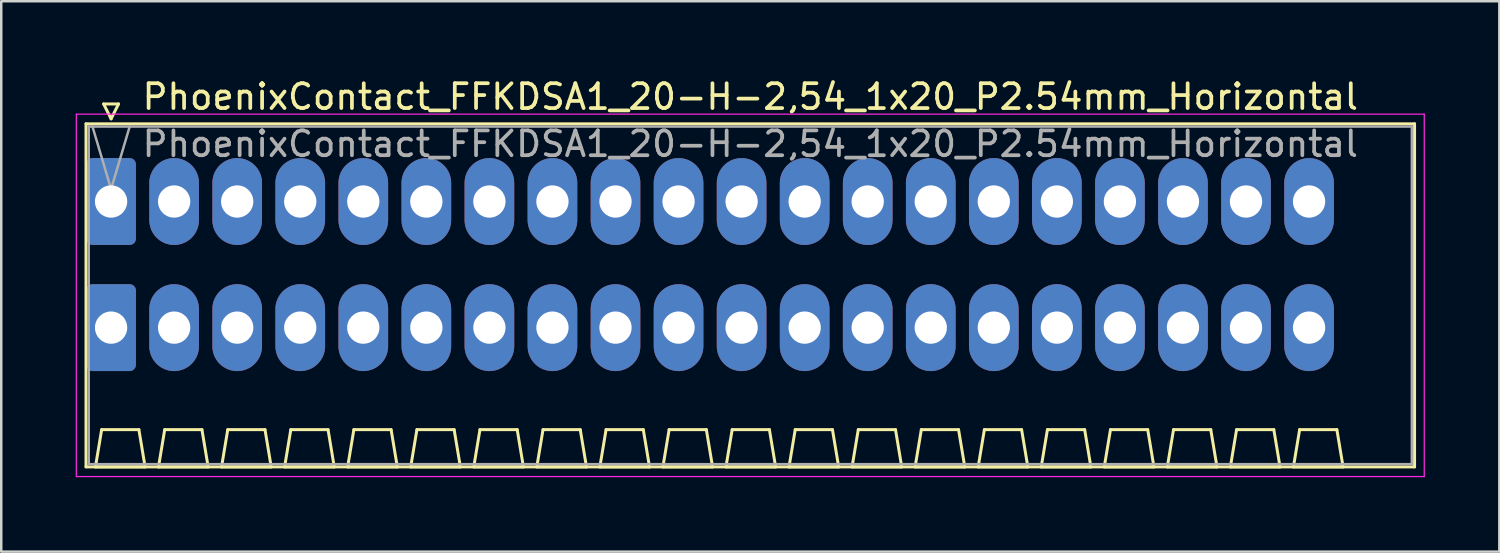
<source format=kicad_pcb>
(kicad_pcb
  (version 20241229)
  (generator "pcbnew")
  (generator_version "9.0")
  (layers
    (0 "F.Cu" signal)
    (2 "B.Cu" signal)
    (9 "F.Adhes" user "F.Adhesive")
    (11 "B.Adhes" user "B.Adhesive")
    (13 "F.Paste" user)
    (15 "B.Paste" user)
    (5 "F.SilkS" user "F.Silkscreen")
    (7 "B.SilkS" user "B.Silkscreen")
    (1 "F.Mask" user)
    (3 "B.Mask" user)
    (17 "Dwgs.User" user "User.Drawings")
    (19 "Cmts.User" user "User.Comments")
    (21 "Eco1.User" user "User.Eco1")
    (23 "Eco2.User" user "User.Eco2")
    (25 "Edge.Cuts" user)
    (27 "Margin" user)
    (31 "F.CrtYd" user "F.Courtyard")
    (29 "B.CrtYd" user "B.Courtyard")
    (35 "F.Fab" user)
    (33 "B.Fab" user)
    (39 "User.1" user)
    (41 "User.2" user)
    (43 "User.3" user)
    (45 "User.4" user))
  (footprint "PhoenixContact_FFKDSA1_20-H-2,54_1x20_P2.54mm_Horizontal"
    (layer "F.Cu")
    (at 1.425 5.068)
    (property "Reference" "PhoenixContact_FFKDSA1_20-H-2,54_1x20_P2.54mm_Horizontal" (at 25.75 -4.22 0) (layer "F.SilkS") (effects (font (size 1 1) (thickness 0.15))))
    (attr through_hole)
    (fp_line (start -1.01 -3.13) (end -1.01 10.69) (stroke (width 0.12) (type solid)) (layer "F.SilkS"))
    (fp_line (start -1.01 10.69) (end 52.51 10.69) (stroke (width 0.12) (type solid)) (layer "F.SilkS"))
    (fp_line (start -0.63 10.69) (end 1.37 10.69) (stroke (width 0.12) (type solid)) (layer "F.SilkS"))
    (fp_line (start -0.38 9.19) (end -0.63 10.69) (stroke (width 0.12) (type solid)) (layer "F.SilkS"))
    (fp_line (start -0.3 -3.93) (end 0.3 -3.93) (stroke (width 0.12) (type solid)) (layer "F.SilkS"))
    (fp_line (start 0 -3.33) (end -0.3 -3.93) (stroke (width 0.12) (type solid)) (layer "F.SilkS"))
    (fp_line (start 0.3 -3.93) (end 0 -3.33) (stroke (width 0.12) (type solid)) (layer "F.SilkS"))
    (fp_line (start 1.12 9.19) (end -0.38 9.19) (stroke (width 0.12) (type solid)) (layer "F.SilkS"))
    (fp_line (start 1.37 10.69) (end 1.12 9.19) (stroke (width 0.12) (type solid)) (layer "F.SilkS"))
    (fp_line (start 1.91 10.69) (end 3.91 10.69) (stroke (width 0.12) (type solid)) (layer "F.SilkS"))
    (fp_line (start 2.16 9.19) (end 1.91 10.69) (stroke (width 0.12) (type solid)) (layer "F.SilkS"))
    (fp_line (start 3.66 9.19) (end 2.16 9.19) (stroke (width 0.12) (type solid)) (layer "F.SilkS"))
    (fp_line (start 3.91 10.69) (end 3.66 9.19) (stroke (width 0.12) (type solid)) (layer "F.SilkS"))
    (fp_line (start 4.45 10.69) (end 6.45 10.69) (stroke (width 0.12) (type solid)) (layer "F.SilkS"))
    (fp_line (start 4.7 9.19) (end 4.45 10.69) (stroke (width 0.12) (type solid)) (layer "F.SilkS"))
    (fp_line (start 6.2 9.19) (end 4.7 9.19) (stroke (width 0.12) (type solid)) (layer "F.SilkS"))
    (fp_line (start 6.45 10.69) (end 6.2 9.19) (stroke (width 0.12) (type solid)) (layer "F.SilkS"))
    (fp_line (start 6.99 10.69) (end 8.99 10.69) (stroke (width 0.12) (type solid)) (layer "F.SilkS"))
    (fp_line (start 7.24 9.19) (end 6.99 10.69) (stroke (width 0.12) (type solid)) (layer "F.SilkS"))
    (fp_line (start 8.74 9.19) (end 7.24 9.19) (stroke (width 0.12) (type solid)) (layer "F.SilkS"))
    (fp_line (start 8.99 10.69) (end 8.74 9.19) (stroke (width 0.12) (type solid)) (layer "F.SilkS"))
    (fp_line (start 9.53 10.69) (end 11.53 10.69) (stroke (width 0.12) (type solid)) (layer "F.SilkS"))
    (fp_line (start 9.78 9.19) (end 9.53 10.69) (stroke (width 0.12) (type solid)) (layer "F.SilkS"))
    (fp_line (start 11.28 9.19) (end 9.78 9.19) (stroke (width 0.12) (type solid)) (layer "F.SilkS"))
    (fp_line (start 11.53 10.69) (end 11.28 9.19) (stroke (width 0.12) (type solid)) (layer "F.SilkS"))
    (fp_line (start 12.07 10.69) (end 14.07 10.69) (stroke (width 0.12) (type solid)) (layer "F.SilkS"))
    (fp_line (start 12.32 9.19) (end 12.07 10.69) (stroke (width 0.12) (type solid)) (layer "F.SilkS"))
    (fp_line (start 13.82 9.19) (end 12.32 9.19) (stroke (width 0.12) (type solid)) (layer "F.SilkS"))
    (fp_line (start 14.07 10.69) (end 13.82 9.19) (stroke (width 0.12) (type solid)) (layer "F.SilkS"))
    (fp_line (start 14.61 10.69) (end 16.61 10.69) (stroke (width 0.12) (type solid)) (layer "F.SilkS"))
    (fp_line (start 14.86 9.19) (end 14.61 10.69) (stroke (width 0.12) (type solid)) (layer "F.SilkS"))
    (fp_line (start 16.36 9.19) (end 14.86 9.19) (stroke (width 0.12) (type solid)) (layer "F.SilkS"))
    (fp_line (start 16.61 10.69) (end 16.36 9.19) (stroke (width 0.12) (type solid)) (layer "F.SilkS"))
    (fp_line (start 17.15 10.69) (end 19.15 10.69) (stroke (width 0.12) (type solid)) (layer "F.SilkS"))
    (fp_line (start 17.4 9.19) (end 17.15 10.69) (stroke (width 0.12) (type solid)) (layer "F.SilkS"))
    (fp_line (start 18.9 9.19) (end 17.4 9.19) (stroke (width 0.12) (type solid)) (layer "F.SilkS"))
    (fp_line (start 19.15 10.69) (end 18.9 9.19) (stroke (width 0.12) (type solid)) (layer "F.SilkS"))
    (fp_line (start 19.69 10.69) (end 21.69 10.69) (stroke (width 0.12) (type solid)) (layer "F.SilkS"))
    (fp_line (start 19.94 9.19) (end 19.69 10.69) (stroke (width 0.12) (type solid)) (layer "F.SilkS"))
    (fp_line (start 21.44 9.19) (end 19.94 9.19) (stroke (width 0.12) (type solid)) (layer "F.SilkS"))
    (fp_line (start 21.69 10.69) (end 21.44 9.19) (stroke (width 0.12) (type solid)) (layer "F.SilkS"))
    (fp_line (start 22.23 10.69) (end 24.23 10.69) (stroke (width 0.12) (type solid)) (layer "F.SilkS"))
    (fp_line (start 22.48 9.19) (end 22.23 10.69) (stroke (width 0.12) (type solid)) (layer "F.SilkS"))
    (fp_line (start 23.98 9.19) (end 22.48 9.19) (stroke (width 0.12) (type solid)) (layer "F.SilkS"))
    (fp_line (start 24.23 10.69) (end 23.98 9.19) (stroke (width 0.12) (type solid)) (layer "F.SilkS"))
    (fp_line (start 24.77 10.69) (end 26.77 10.69) (stroke (width 0.12) (type solid)) (layer "F.SilkS"))
    (fp_line (start 25.02 9.19) (end 24.77 10.69) (stroke (width 0.12) (type solid)) (layer "F.SilkS"))
    (fp_line (start 26.52 9.19) (end 25.02 9.19) (stroke (width 0.12) (type solid)) (layer "F.SilkS"))
    (fp_line (start 26.77 10.69) (end 26.52 9.19) (stroke (width 0.12) (type solid)) (layer "F.SilkS"))
    (fp_line (start 27.31 10.69) (end 29.31 10.69) (stroke (width 0.12) (type solid)) (layer "F.SilkS"))
    (fp_line (start 27.56 9.19) (end 27.31 10.69) (stroke (width 0.12) (type solid)) (layer "F.SilkS"))
    (fp_line (start 29.06 9.19) (end 27.56 9.19) (stroke (width 0.12) (type solid)) (layer "F.SilkS"))
    (fp_line (start 29.31 10.69) (end 29.06 9.19) (stroke (width 0.12) (type solid)) (layer "F.SilkS"))
    (fp_line (start 29.85 10.69) (end 31.85 10.69) (stroke (width 0.12) (type solid)) (layer "F.SilkS"))
    (fp_line (start 30.1 9.19) (end 29.85 10.69) (stroke (width 0.12) (type solid)) (layer "F.SilkS"))
    (fp_line (start 31.6 9.19) (end 30.1 9.19) (stroke (width 0.12) (type solid)) (layer "F.SilkS"))
    (fp_line (start 31.85 10.69) (end 31.6 9.19) (stroke (width 0.12) (type solid)) (layer "F.SilkS"))
    (fp_line (start 32.39 10.69) (end 34.39 10.69) (stroke (width 0.12) (type solid)) (layer "F.SilkS"))
    (fp_line (start 32.64 9.19) (end 32.39 10.69) (stroke (width 0.12) (type solid)) (layer "F.SilkS"))
    (fp_line (start 34.14 9.19) (end 32.64 9.19) (stroke (width 0.12) (type solid)) (layer "F.SilkS"))
    (fp_line (start 34.39 10.69) (end 34.14 9.19) (stroke (width 0.12) (type solid)) (layer "F.SilkS"))
    (fp_line (start 34.93 10.69) (end 36.93 10.69) (stroke (width 0.12) (type solid)) (layer "F.SilkS"))
    (fp_line (start 35.18 9.19) (end 34.93 10.69) (stroke (width 0.12) (type solid)) (layer "F.SilkS"))
    (fp_line (start 36.68 9.19) (end 35.18 9.19) (stroke (width 0.12) (type solid)) (layer "F.SilkS"))
    (fp_line (start 36.93 10.69) (end 36.68 9.19) (stroke (width 0.12) (type solid)) (layer "F.SilkS"))
    (fp_line (start 37.47 10.69) (end 39.47 10.69) (stroke (width 0.12) (type solid)) (layer "F.SilkS"))
    (fp_line (start 37.72 9.19) (end 37.47 10.69) (stroke (width 0.12) (type solid)) (layer "F.SilkS"))
    (fp_line (start 39.22 9.19) (end 37.72 9.19) (stroke (width 0.12) (type solid)) (layer "F.SilkS"))
    (fp_line (start 39.47 10.69) (end 39.22 9.19) (stroke (width 0.12) (type solid)) (layer "F.SilkS"))
    (fp_line (start 40.01 10.69) (end 42.01 10.69) (stroke (width 0.12) (type solid)) (layer "F.SilkS"))
    (fp_line (start 40.26 9.19) (end 40.01 10.69) (stroke (width 0.12) (type solid)) (layer "F.SilkS"))
    (fp_line (start 41.76 9.19) (end 40.26 9.19) (stroke (width 0.12) (type solid)) (layer "F.SilkS"))
    (fp_line (start 42.01 10.69) (end 41.76 9.19) (stroke (width 0.12) (type solid)) (layer "F.SilkS"))
    (fp_line (start 42.55 10.69) (end 44.55 10.69) (stroke (width 0.12) (type solid)) (layer "F.SilkS"))
    (fp_line (start 42.8 9.19) (end 42.55 10.69) (stroke (width 0.12) (type solid)) (layer "F.SilkS"))
    (fp_line (start 44.3 9.19) (end 42.8 9.19) (stroke (width 0.12) (type solid)) (layer "F.SilkS"))
    (fp_line (start 44.55 10.69) (end 44.3 9.19) (stroke (width 0.12) (type solid)) (layer "F.SilkS"))
    (fp_line (start 45.09 10.69) (end 47.09 10.69) (stroke (width 0.12) (type solid)) (layer "F.SilkS"))
    (fp_line (start 45.34 9.19) (end 45.09 10.69) (stroke (width 0.12) (type solid)) (layer "F.SilkS"))
    (fp_line (start 46.84 9.19) (end 45.34 9.19) (stroke (width 0.12) (type solid)) (layer "F.SilkS"))
    (fp_line (start 47.09 10.69) (end 46.84 9.19) (stroke (width 0.12) (type solid)) (layer "F.SilkS"))
    (fp_line (start 47.63 10.69) (end 49.63 10.69) (stroke (width 0.12) (type solid)) (layer "F.SilkS"))
    (fp_line (start 47.88 9.19) (end 47.63 10.69) (stroke (width 0.12) (type solid)) (layer "F.SilkS"))
    (fp_line (start 49.38 9.19) (end 47.88 9.19) (stroke (width 0.12) (type solid)) (layer "F.SilkS"))
    (fp_line (start 49.63 10.69) (end 49.38 9.19) (stroke (width 0.12) (type solid)) (layer "F.SilkS"))
    (fp_line (start 52.51 -3.13) (end -1.01 -3.13) (stroke (width 0.12) (type solid)) (layer "F.SilkS"))
    (fp_line (start 52.51 10.69) (end 52.51 -3.13) (stroke (width 0.12) (type solid)) (layer "F.SilkS"))
    (fp_line (start -1.4 -3.52) (end -1.4 11.08) (stroke (width 0.05) (type solid)) (layer "F.CrtYd"))
    (fp_line (start -1.4 11.08) (end 52.9 11.08) (stroke (width 0.05) (type solid)) (layer "F.CrtYd"))
    (fp_line (start 52.9 -3.52) (end -1.4 -3.52) (stroke (width 0.05) (type solid)) (layer "F.CrtYd"))
    (fp_line (start 52.9 11.08) (end 52.9 -3.52) (stroke (width 0.05) (type solid)) (layer "F.CrtYd"))
    (fp_line (start -0.9 -3.02) (end -0.9 10.58) (stroke (width 0.1) (type solid)) (layer "F.Fab"))
    (fp_line (start -0.9 10.58) (end 52.4 10.58) (stroke (width 0.1) (type solid)) (layer "F.Fab"))
    (fp_line (start 0 -0.5) (end -0.75 -3.02) (stroke (width 0.1) (type solid)) (layer "F.Fab"))
    (fp_line (start 0.75 -3.02) (end 0 -0.5) (stroke (width 0.1) (type solid)) (layer "F.Fab"))
    (fp_line (start 52.4 -3.02) (end -0.9 -3.02) (stroke (width 0.1) (type solid)) (layer "F.Fab"))
    (fp_line (start 52.4 10.58) (end 52.4 -3.02) (stroke (width 0.1) (type solid)) (layer "F.Fab"))
    (fp_text user "${REFERENCE}" (at 25.75 -2.32 0) (layer "F.Fab") (effects (font (size 1 1) (thickness 0.15))))
    (pad "1" thru_hole roundrect (at 0 0) (size 2 3.5) (drill 1.3) (layers "*.Cu" "*.Mask") (roundrect_rratio 0.125))
    (pad "1" thru_hole roundrect (at 0 5.08) (size 2 3.5) (drill 1.3) (layers "*.Cu" "*.Mask") (roundrect_rratio 0.125))
    (pad "2" thru_hole oval (at 2.54 0) (size 2 3.5) (drill 1.3) (layers "*.Cu" "*.Mask"))
    (pad "2" thru_hole oval (at 2.54 5.08) (size 2 3.5) (drill 1.3) (layers "*.Cu" "*.Mask"))
    (pad "3" thru_hole oval (at 5.08 0) (size 2 3.5) (drill 1.3) (layers "*.Cu" "*.Mask"))
    (pad "3" thru_hole oval (at 5.08 5.08) (size 2 3.5) (drill 1.3) (layers "*.Cu" "*.Mask"))
    (pad "4" thru_hole oval (at 7.62 0) (size 2 3.5) (drill 1.3) (layers "*.Cu" "*.Mask"))
    (pad "4" thru_hole oval (at 7.62 5.08) (size 2 3.5) (drill 1.3) (layers "*.Cu" "*.Mask"))
    (pad "5" thru_hole oval (at 10.16 0) (size 2 3.5) (drill 1.3) (layers "*.Cu" "*.Mask"))
    (pad "5" thru_hole oval (at 10.16 5.08) (size 2 3.5) (drill 1.3) (layers "*.Cu" "*.Mask"))
    (pad "6" thru_hole oval (at 12.7 0) (size 2 3.5) (drill 1.3) (layers "*.Cu" "*.Mask"))
    (pad "6" thru_hole oval (at 12.7 5.08) (size 2 3.5) (drill 1.3) (layers "*.Cu" "*.Mask"))
    (pad "7" thru_hole oval (at 15.24 0) (size 2 3.5) (drill 1.3) (layers "*.Cu" "*.Mask"))
    (pad "7" thru_hole oval (at 15.24 5.08) (size 2 3.5) (drill 1.3) (layers "*.Cu" "*.Mask"))
    (pad "8" thru_hole oval (at 17.78 0) (size 2 3.5) (drill 1.3) (layers "*.Cu" "*.Mask"))
    (pad "8" thru_hole oval (at 17.78 5.08) (size 2 3.5) (drill 1.3) (layers "*.Cu" "*.Mask"))
    (pad "9" thru_hole oval (at 20.32 0) (size 2 3.5) (drill 1.3) (layers "*.Cu" "*.Mask"))
    (pad "9" thru_hole oval (at 20.32 5.08) (size 2 3.5) (drill 1.3) (layers "*.Cu" "*.Mask"))
    (pad "10" thru_hole oval (at 22.86 0) (size 2 3.5) (drill 1.3) (layers "*.Cu" "*.Mask"))
    (pad "10" thru_hole oval (at 22.86 5.08) (size 2 3.5) (drill 1.3) (layers "*.Cu" "*.Mask"))
    (pad "11" thru_hole oval (at 25.4 0) (size 2 3.5) (drill 1.3) (layers "*.Cu" "*.Mask"))
    (pad "11" thru_hole oval (at 25.4 5.08) (size 2 3.5) (drill 1.3) (layers "*.Cu" "*.Mask"))
    (pad "12" thru_hole oval (at 27.94 0) (size 2 3.5) (drill 1.3) (layers "*.Cu" "*.Mask"))
    (pad "12" thru_hole oval (at 27.94 5.08) (size 2 3.5) (drill 1.3) (layers "*.Cu" "*.Mask"))
    (pad "13" thru_hole oval (at 30.48 0) (size 2 3.5) (drill 1.3) (layers "*.Cu" "*.Mask"))
    (pad "13" thru_hole oval (at 30.48 5.08) (size 2 3.5) (drill 1.3) (layers "*.Cu" "*.Mask"))
    (pad "14" thru_hole oval (at 33.02 0) (size 2 3.5) (drill 1.3) (layers "*.Cu" "*.Mask"))
    (pad "14" thru_hole oval (at 33.02 5.08) (size 2 3.5) (drill 1.3) (layers "*.Cu" "*.Mask"))
    (pad "15" thru_hole oval (at 35.56 0) (size 2 3.5) (drill 1.3) (layers "*.Cu" "*.Mask"))
    (pad "15" thru_hole oval (at 35.56 5.08) (size 2 3.5) (drill 1.3) (layers "*.Cu" "*.Mask"))
    (pad "16" thru_hole oval (at 38.1 0) (size 2 3.5) (drill 1.3) (layers "*.Cu" "*.Mask"))
    (pad "16" thru_hole oval (at 38.1 5.08) (size 2 3.5) (drill 1.3) (layers "*.Cu" "*.Mask"))
    (pad "17" thru_hole oval (at 40.64 0) (size 2 3.5) (drill 1.3) (layers "*.Cu" "*.Mask"))
    (pad "17" thru_hole oval (at 40.64 5.08) (size 2 3.5) (drill 1.3) (layers "*.Cu" "*.Mask"))
    (pad "18" thru_hole oval (at 43.18 0) (size 2 3.5) (drill 1.3) (layers "*.Cu" "*.Mask"))
    (pad "18" thru_hole oval (at 43.18 5.08) (size 2 3.5) (drill 1.3) (layers "*.Cu" "*.Mask"))
    (pad "19" thru_hole oval (at 45.72 0) (size 2 3.5) (drill 1.3) (layers "*.Cu" "*.Mask"))
    (pad "19" thru_hole oval (at 45.72 5.08) (size 2 3.5) (drill 1.3) (layers "*.Cu" "*.Mask"))
    (pad "20" thru_hole oval (at 48.26 0) (size 2 3.5) (drill 1.3) (layers "*.Cu" "*.Mask"))
    (pad "20" thru_hole oval (at 48.26 5.08) (size 2 3.5) (drill 1.3) (layers "*.Cu" "*.Mask")))
  (gr_rect
    (start -3 -3)
    (end 57.35 19.173)
    (stroke (width 0.1) (type default))
    (fill no)
    (layer "Edge.Cuts")))
</source>
